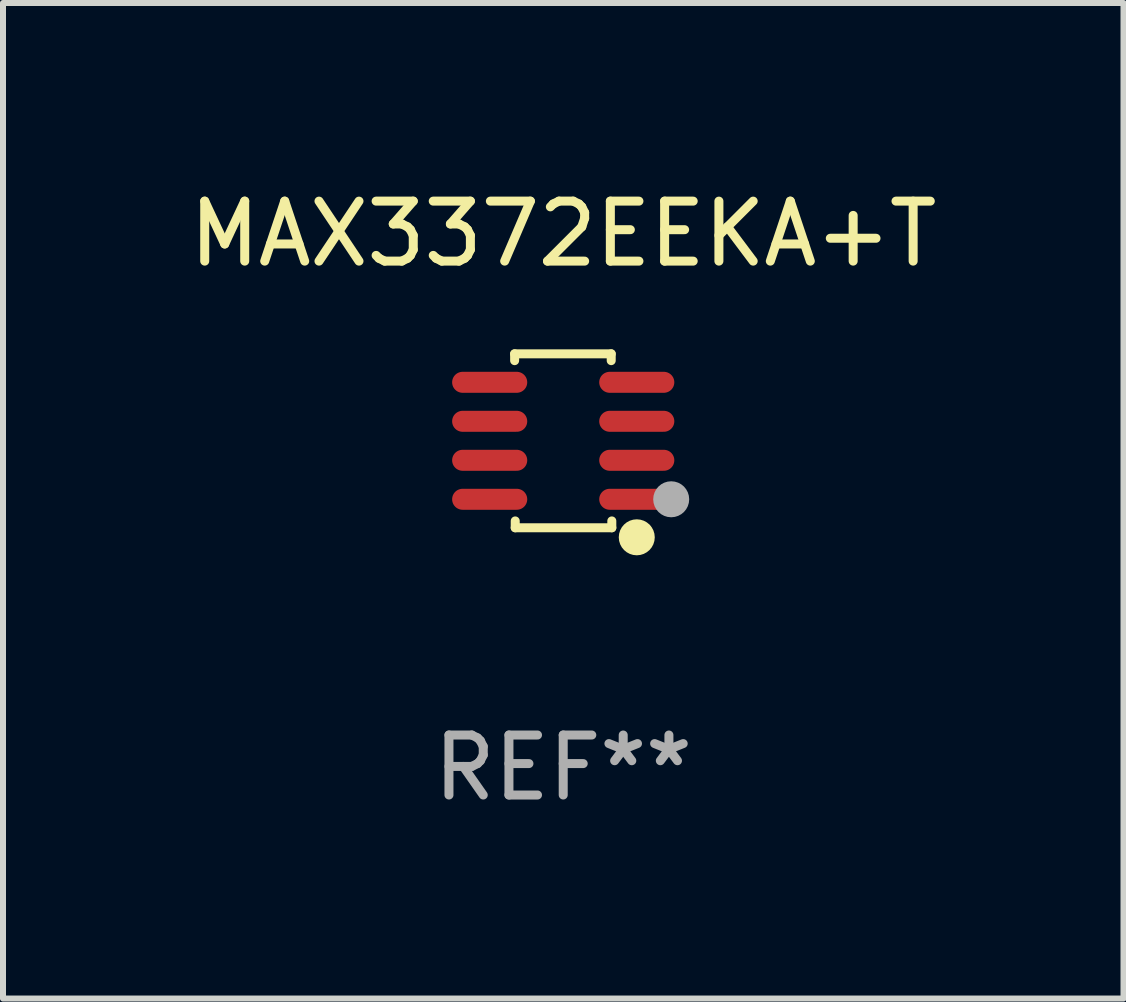
<source format=kicad_pcb>
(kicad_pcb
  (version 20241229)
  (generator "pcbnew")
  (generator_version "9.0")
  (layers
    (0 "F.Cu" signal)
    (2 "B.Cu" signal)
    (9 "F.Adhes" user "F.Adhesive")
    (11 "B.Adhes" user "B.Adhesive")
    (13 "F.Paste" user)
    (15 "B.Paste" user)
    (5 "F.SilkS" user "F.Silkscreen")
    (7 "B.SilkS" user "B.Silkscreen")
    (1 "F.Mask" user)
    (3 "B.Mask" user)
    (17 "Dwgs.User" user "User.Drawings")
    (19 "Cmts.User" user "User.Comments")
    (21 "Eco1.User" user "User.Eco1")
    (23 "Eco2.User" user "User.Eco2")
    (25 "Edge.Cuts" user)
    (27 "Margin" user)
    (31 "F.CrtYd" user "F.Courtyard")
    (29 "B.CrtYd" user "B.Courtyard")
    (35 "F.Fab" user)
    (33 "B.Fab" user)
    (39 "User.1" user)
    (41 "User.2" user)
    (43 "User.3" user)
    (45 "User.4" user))
  (footprint "MAX3372EEKA+T"
    (layer "F.Cu")
    (at 6.339 4.298)
    (property "Reference" "MAX3372EEKA+T" (at 0 -3.45 0) (layer "F.SilkS") (effects (font (size 1 1) (thickness 0.15))))
    (attr through_hole)
    (fp_line (start -0.81 -1.45) (end 0.8 -1.45) (stroke (width 0.15) (type solid)) (layer "F.SilkS"))
    (fp_line (start -0.81 -1.336) (end -0.81 -1.45) (stroke (width 0.15) (type solid)) (layer "F.SilkS"))
    (fp_line (start -0.8 1.45) (end -0.8 1.336) (stroke (width 0.15) (type solid)) (layer "F.SilkS"))
    (fp_line (start 0.8 -1.45) (end 0.8 -1.336) (stroke (width 0.15) (type solid)) (layer "F.SilkS"))
    (fp_line (start 0.81 1.336) (end 0.81 1.45) (stroke (width 0.15) (type solid)) (layer "F.SilkS"))
    (fp_line (start 0.81 1.45) (end -0.8 1.45) (stroke (width 0.15) (type solid)) (layer "F.SilkS"))
    (fp_circle (center 1.226 1.609) (end 1.376 1.609) (stroke (width 0.3) (type solid)) (fill no) (layer "F.SilkS"))
    (fp_circle (center 1.4 1.45) (end 1.43 1.45) (stroke (width 0.06) (type solid)) (fill no) (layer "F.SilkS"))
    (fp_circle (center 1.8 0.975) (end 1.95 0.975) (stroke (width 0.3) (type solid)) (fill no) (layer "F.Fab"))
    (fp_text user "REF**" (at 0 5.45 0) (layer "F.Fab") (effects (font (size 1 1) (thickness 0.15))))
    (pad "1" smd oval (at 1.226 0.975) (size 1.252 0.35) (layers "F.Cu" "F.Mask" "F.Paste"))
    (pad "2" smd oval (at 1.226 0.325) (size 1.252 0.35) (layers "F.Cu" "F.Mask" "F.Paste"))
    (pad "3" smd oval (at 1.226 -0.325) (size 1.252 0.35) (layers "F.Cu" "F.Mask" "F.Paste"))
    (pad "4" smd oval (at 1.226 -0.975) (size 1.252 0.35) (layers "F.Cu" "F.Mask" "F.Paste"))
    (pad "5" smd oval (at -1.226 -0.975) (size 1.252 0.35) (layers "F.Cu" "F.Mask" "F.Paste"))
    (pad "6" smd oval (at -1.226 -0.325) (size 1.252 0.35) (layers "F.Cu" "F.Mask" "F.Paste"))
    (pad "7" smd oval (at -1.226 0.325) (size 1.252 0.35) (layers "F.Cu" "F.Mask" "F.Paste"))
    (pad "8" smd oval (at -1.226 0.975) (size 1.252 0.35) (layers "F.Cu" "F.Mask" "F.Paste")))
  (gr_rect
    (start -3 -3)
    (end 15.679 13.596)
    (stroke (width 0.1) (type default))
    (fill no)
    (layer "Edge.Cuts")))
</source>
